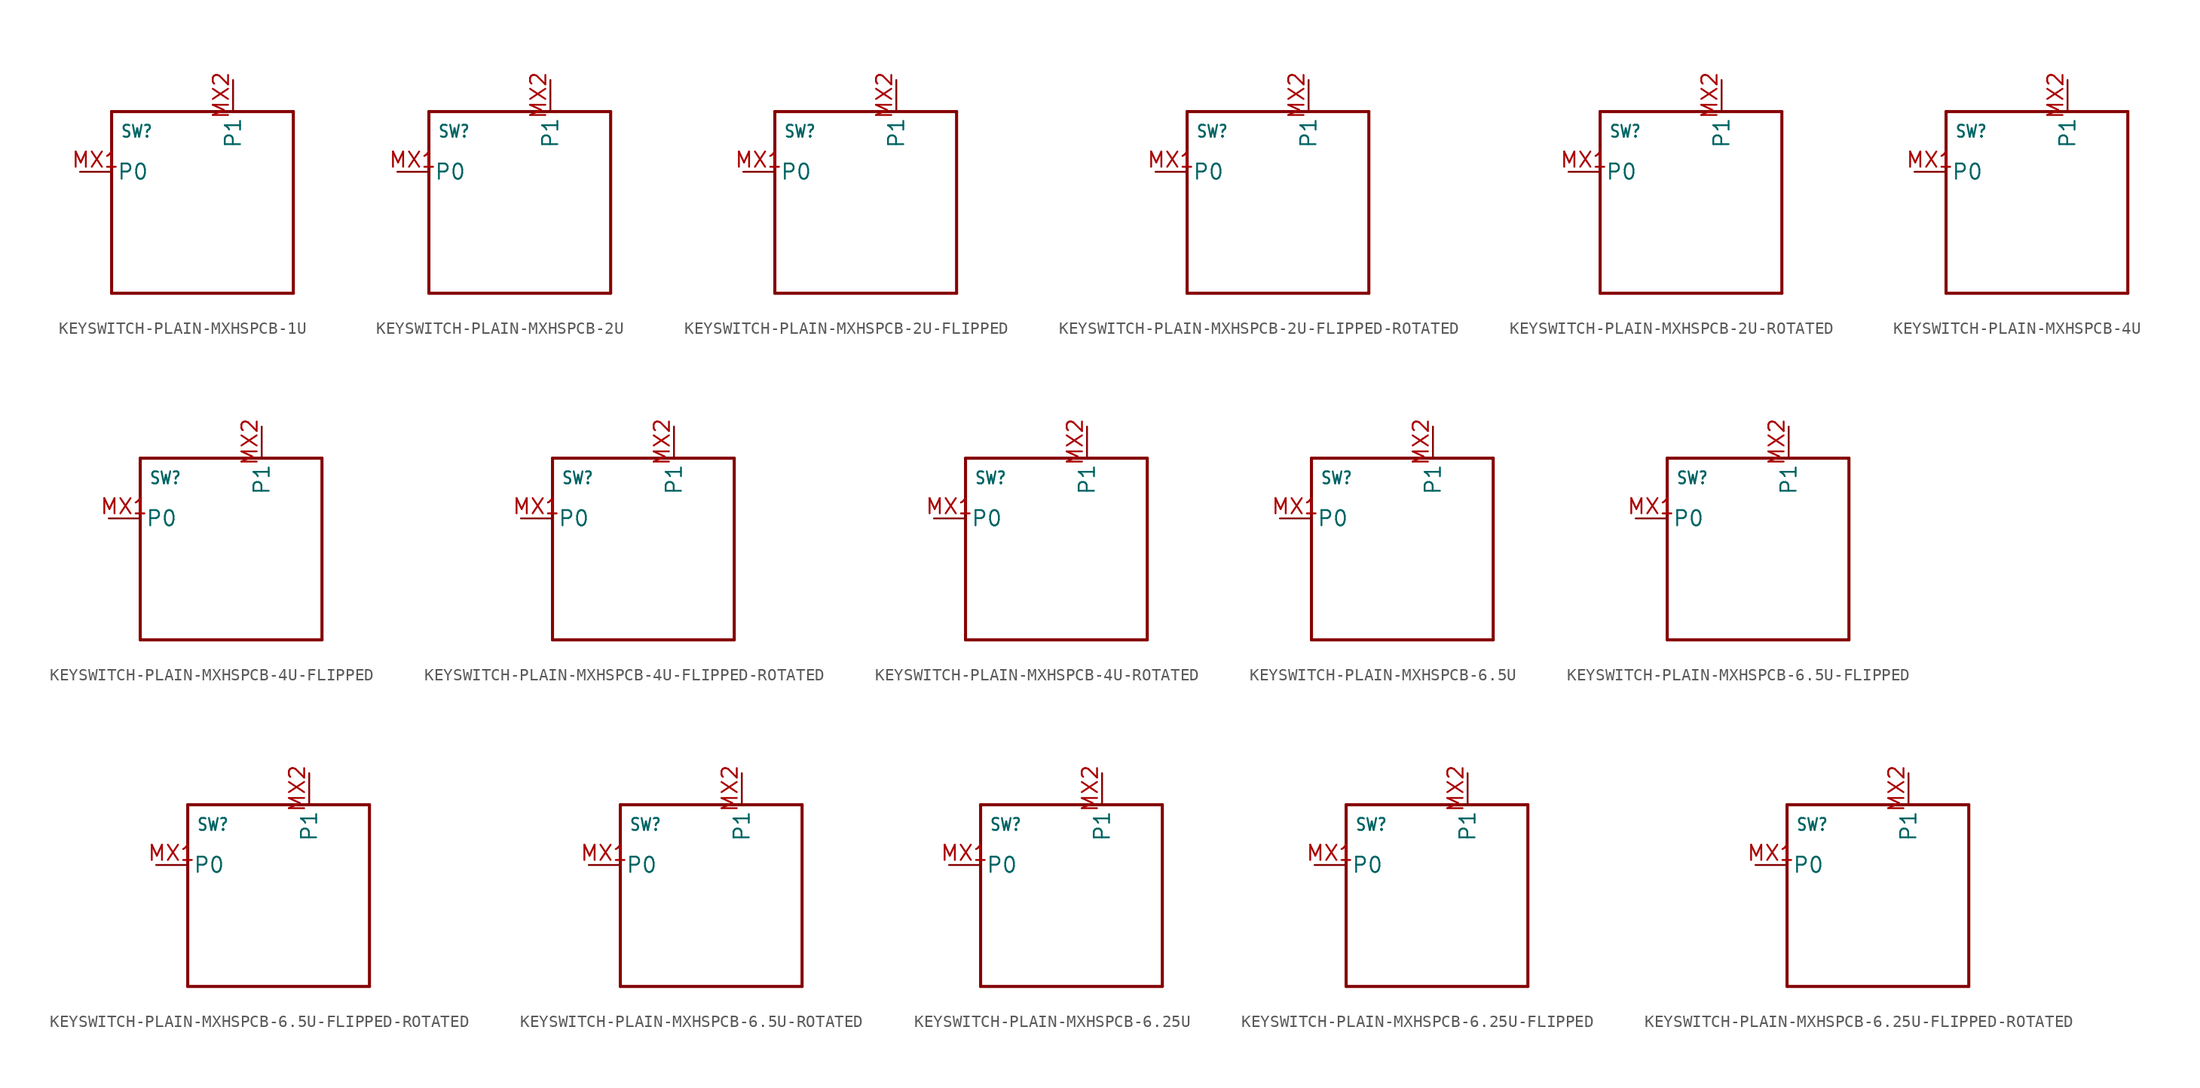
<source format=kicad_sym>
(kicad_symbol_lib
  (version 20211014)
  (generator kicad_symbol_editor)
  (symbol "KEYSWITCH-PLAIN-MXHSPCB-1U"
    (property "Reference" "SW"
      (at -6.81 5.318 0)
      (effects (font (size 1 0.85)) (justify left bottom)))
    (property "ki_locked" ""
      (at 0 0 0)
      (effects (font (size 1.27 1.27))))
    (symbol "KEYSWITCH-PLAIN-MXHSPCB-1U_1_0"
      (polyline (pts (xy -7.54 -7.54) (xy -7.54 7.54)) (stroke (width 0.254) (type default) (color 0 0 0 0)) (fill (type none)))
      (polyline (pts (xy -7.54 7.54) (xy 7.54 7.54)) (stroke (width 0.254) (type default) (color 0 0 0 0)) (fill (type none)))
      (polyline (pts (xy 7.54 -7.54) (xy -7.54 -7.54)) (stroke (width 0.254) (type default) (color 0 0 0 0)) (fill (type none)))
      (polyline (pts (xy 7.54 7.54) (xy 7.54 -7.54)) (stroke (width 0.254) (type default) (color 0 0 0 0)) (fill (type none)))
      (pin bidirectional line (at -10.16 2.54 0) (length 2.54) (name "P0" (effects (font (size 1.27 1.27)))) (number "MX1" (effects (font (size 1.27 1.27)))))
      (pin bidirectional line (at 2.54 10.16 270) (length 2.54) (name "P1" (effects (font (size 1.27 1.27)))) (number "MX2" (effects (font (size 1.27 1.27)))))))
  (symbol "KEYSWITCH-PLAIN-MXHSPCB-2U"
    (property "Reference" "SW"
      (at -6.81 5.318 0)
      (effects (font (size 1 0.85)) (justify left bottom)))
    (property "ki_locked" ""
      (at 0 0 0)
      (effects (font (size 1.27 1.27))))
    (symbol "KEYSWITCH-PLAIN-MXHSPCB-2U_1_0"
      (polyline (pts (xy -7.54 -7.54) (xy -7.54 7.54)) (stroke (width 0.254) (type default) (color 0 0 0 0)) (fill (type none)))
      (polyline (pts (xy -7.54 7.54) (xy 7.54 7.54)) (stroke (width 0.254) (type default) (color 0 0 0 0)) (fill (type none)))
      (polyline (pts (xy 7.54 -7.54) (xy -7.54 -7.54)) (stroke (width 0.254) (type default) (color 0 0 0 0)) (fill (type none)))
      (polyline (pts (xy 7.54 7.54) (xy 7.54 -7.54)) (stroke (width 0.254) (type default) (color 0 0 0 0)) (fill (type none)))
      (pin bidirectional line (at -10.16 2.54 0) (length 2.54) (name "P0" (effects (font (size 1.27 1.27)))) (number "MX1" (effects (font (size 1.27 1.27)))))
      (pin bidirectional line (at 2.54 10.16 270) (length 2.54) (name "P1" (effects (font (size 1.27 1.27)))) (number "MX2" (effects (font (size 1.27 1.27)))))))
  (symbol "KEYSWITCH-PLAIN-MXHSPCB-2U-FLIPPED"
    (property "Reference" "SW"
      (at -6.81 5.318 0)
      (effects (font (size 1 0.85)) (justify left bottom)))
    (property "ki_locked" ""
      (at 0 0 0)
      (effects (font (size 1.27 1.27))))
    (symbol "KEYSWITCH-PLAIN-MXHSPCB-2U-FLIPPED_1_0"
      (polyline (pts (xy -7.54 -7.54) (xy -7.54 7.54)) (stroke (width 0.254) (type default) (color 0 0 0 0)) (fill (type none)))
      (polyline (pts (xy -7.54 7.54) (xy 7.54 7.54)) (stroke (width 0.254) (type default) (color 0 0 0 0)) (fill (type none)))
      (polyline (pts (xy 7.54 -7.54) (xy -7.54 -7.54)) (stroke (width 0.254) (type default) (color 0 0 0 0)) (fill (type none)))
      (polyline (pts (xy 7.54 7.54) (xy 7.54 -7.54)) (stroke (width 0.254) (type default) (color 0 0 0 0)) (fill (type none)))
      (pin bidirectional line (at -10.16 2.54 0) (length 2.54) (name "P0" (effects (font (size 1.27 1.27)))) (number "MX1" (effects (font (size 1.27 1.27)))))
      (pin bidirectional line (at 2.54 10.16 270) (length 2.54) (name "P1" (effects (font (size 1.27 1.27)))) (number "MX2" (effects (font (size 1.27 1.27)))))))
  (symbol "KEYSWITCH-PLAIN-MXHSPCB-2U-FLIPPED-ROTATED"
    (property "Reference" "SW"
      (at -6.81 5.318 0)
      (effects (font (size 1 0.85)) (justify left bottom)))
    (property "ki_locked" ""
      (at 0 0 0)
      (effects (font (size 1.27 1.27))))
    (symbol "KEYSWITCH-PLAIN-MXHSPCB-2U-FLIPPED-ROTATED_1_0"
      (polyline (pts (xy -7.54 -7.54) (xy -7.54 7.54)) (stroke (width 0.254) (type default) (color 0 0 0 0)) (fill (type none)))
      (polyline (pts (xy -7.54 7.54) (xy 7.54 7.54)) (stroke (width 0.254) (type default) (color 0 0 0 0)) (fill (type none)))
      (polyline (pts (xy 7.54 -7.54) (xy -7.54 -7.54)) (stroke (width 0.254) (type default) (color 0 0 0 0)) (fill (type none)))
      (polyline (pts (xy 7.54 7.54) (xy 7.54 -7.54)) (stroke (width 0.254) (type default) (color 0 0 0 0)) (fill (type none)))
      (pin bidirectional line (at -10.16 2.54 0) (length 2.54) (name "P0" (effects (font (size 1.27 1.27)))) (number "MX1" (effects (font (size 1.27 1.27)))))
      (pin bidirectional line (at 2.54 10.16 270) (length 2.54) (name "P1" (effects (font (size 1.27 1.27)))) (number "MX2" (effects (font (size 1.27 1.27)))))))
  (symbol "KEYSWITCH-PLAIN-MXHSPCB-2U-ROTATED"
    (property "Reference" "SW"
      (at -6.81 5.318 0)
      (effects (font (size 1 0.85)) (justify left bottom)))
    (property "ki_locked" ""
      (at 0 0 0)
      (effects (font (size 1.27 1.27))))
    (symbol "KEYSWITCH-PLAIN-MXHSPCB-2U-ROTATED_1_0"
      (polyline (pts (xy -7.54 -7.54) (xy -7.54 7.54)) (stroke (width 0.254) (type default) (color 0 0 0 0)) (fill (type none)))
      (polyline (pts (xy -7.54 7.54) (xy 7.54 7.54)) (stroke (width 0.254) (type default) (color 0 0 0 0)) (fill (type none)))
      (polyline (pts (xy 7.54 -7.54) (xy -7.54 -7.54)) (stroke (width 0.254) (type default) (color 0 0 0 0)) (fill (type none)))
      (polyline (pts (xy 7.54 7.54) (xy 7.54 -7.54)) (stroke (width 0.254) (type default) (color 0 0 0 0)) (fill (type none)))
      (pin bidirectional line (at -10.16 2.54 0) (length 2.54) (name "P0" (effects (font (size 1.27 1.27)))) (number "MX1" (effects (font (size 1.27 1.27)))))
      (pin bidirectional line (at 2.54 10.16 270) (length 2.54) (name "P1" (effects (font (size 1.27 1.27)))) (number "MX2" (effects (font (size 1.27 1.27)))))))
  (symbol "KEYSWITCH-PLAIN-MXHSPCB-4U"
    (property "Reference" "SW"
      (at -6.81 5.318 0)
      (effects (font (size 1 0.85)) (justify left bottom)))
    (property "ki_locked" ""
      (at 0 0 0)
      (effects (font (size 1.27 1.27))))
    (symbol "KEYSWITCH-PLAIN-MXHSPCB-4U_1_0"
      (polyline (pts (xy -7.54 -7.54) (xy -7.54 7.54)) (stroke (width 0.254) (type default) (color 0 0 0 0)) (fill (type none)))
      (polyline (pts (xy -7.54 7.54) (xy 7.54 7.54)) (stroke (width 0.254) (type default) (color 0 0 0 0)) (fill (type none)))
      (polyline (pts (xy 7.54 -7.54) (xy -7.54 -7.54)) (stroke (width 0.254) (type default) (color 0 0 0 0)) (fill (type none)))
      (polyline (pts (xy 7.54 7.54) (xy 7.54 -7.54)) (stroke (width 0.254) (type default) (color 0 0 0 0)) (fill (type none)))
      (pin bidirectional line (at -10.16 2.54 0) (length 2.54) (name "P0" (effects (font (size 1.27 1.27)))) (number "MX1" (effects (font (size 1.27 1.27)))))
      (pin bidirectional line (at 2.54 10.16 270) (length 2.54) (name "P1" (effects (font (size 1.27 1.27)))) (number "MX2" (effects (font (size 1.27 1.27)))))))
  (symbol "KEYSWITCH-PLAIN-MXHSPCB-4U-FLIPPED"
    (property "Reference" "SW"
      (at -6.81 5.318 0)
      (effects (font (size 1 0.85)) (justify left bottom)))
    (property "ki_locked" ""
      (at 0 0 0)
      (effects (font (size 1.27 1.27))))
    (symbol "KEYSWITCH-PLAIN-MXHSPCB-4U-FLIPPED_1_0"
      (polyline (pts (xy -7.54 -7.54) (xy -7.54 7.54)) (stroke (width 0.254) (type default) (color 0 0 0 0)) (fill (type none)))
      (polyline (pts (xy -7.54 7.54) (xy 7.54 7.54)) (stroke (width 0.254) (type default) (color 0 0 0 0)) (fill (type none)))
      (polyline (pts (xy 7.54 -7.54) (xy -7.54 -7.54)) (stroke (width 0.254) (type default) (color 0 0 0 0)) (fill (type none)))
      (polyline (pts (xy 7.54 7.54) (xy 7.54 -7.54)) (stroke (width 0.254) (type default) (color 0 0 0 0)) (fill (type none)))
      (pin bidirectional line (at -10.16 2.54 0) (length 2.54) (name "P0" (effects (font (size 1.27 1.27)))) (number "MX1" (effects (font (size 1.27 1.27)))))
      (pin bidirectional line (at 2.54 10.16 270) (length 2.54) (name "P1" (effects (font (size 1.27 1.27)))) (number "MX2" (effects (font (size 1.27 1.27)))))))
  (symbol "KEYSWITCH-PLAIN-MXHSPCB-4U-FLIPPED-ROTATED"
    (property "Reference" "SW"
      (at -6.81 5.318 0)
      (effects (font (size 1 0.85)) (justify left bottom)))
    (property "ki_locked" ""
      (at 0 0 0)
      (effects (font (size 1.27 1.27))))
    (symbol "KEYSWITCH-PLAIN-MXHSPCB-4U-FLIPPED-ROTATED_1_0"
      (polyline (pts (xy -7.54 -7.54) (xy -7.54 7.54)) (stroke (width 0.254) (type default) (color 0 0 0 0)) (fill (type none)))
      (polyline (pts (xy -7.54 7.54) (xy 7.54 7.54)) (stroke (width 0.254) (type default) (color 0 0 0 0)) (fill (type none)))
      (polyline (pts (xy 7.54 -7.54) (xy -7.54 -7.54)) (stroke (width 0.254) (type default) (color 0 0 0 0)) (fill (type none)))
      (polyline (pts (xy 7.54 7.54) (xy 7.54 -7.54)) (stroke (width 0.254) (type default) (color 0 0 0 0)) (fill (type none)))
      (pin bidirectional line (at -10.16 2.54 0) (length 2.54) (name "P0" (effects (font (size 1.27 1.27)))) (number "MX1" (effects (font (size 1.27 1.27)))))
      (pin bidirectional line (at 2.54 10.16 270) (length 2.54) (name "P1" (effects (font (size 1.27 1.27)))) (number "MX2" (effects (font (size 1.27 1.27)))))))
  (symbol "KEYSWITCH-PLAIN-MXHSPCB-4U-ROTATED"
    (property "Reference" "SW"
      (at -6.81 5.318 0)
      (effects (font (size 1 0.85)) (justify left bottom)))
    (property "ki_locked" ""
      (at 0 0 0)
      (effects (font (size 1.27 1.27))))
    (symbol "KEYSWITCH-PLAIN-MXHSPCB-4U-ROTATED_1_0"
      (polyline (pts (xy -7.54 -7.54) (xy -7.54 7.54)) (stroke (width 0.254) (type default) (color 0 0 0 0)) (fill (type none)))
      (polyline (pts (xy -7.54 7.54) (xy 7.54 7.54)) (stroke (width 0.254) (type default) (color 0 0 0 0)) (fill (type none)))
      (polyline (pts (xy 7.54 -7.54) (xy -7.54 -7.54)) (stroke (width 0.254) (type default) (color 0 0 0 0)) (fill (type none)))
      (polyline (pts (xy 7.54 7.54) (xy 7.54 -7.54)) (stroke (width 0.254) (type default) (color 0 0 0 0)) (fill (type none)))
      (pin bidirectional line (at -10.16 2.54 0) (length 2.54) (name "P0" (effects (font (size 1.27 1.27)))) (number "MX1" (effects (font (size 1.27 1.27)))))
      (pin bidirectional line (at 2.54 10.16 270) (length 2.54) (name "P1" (effects (font (size 1.27 1.27)))) (number "MX2" (effects (font (size 1.27 1.27)))))))
  (symbol "KEYSWITCH-PLAIN-MXHSPCB-6.5U"
    (property "Reference" "SW"
      (at -6.81 5.318 0)
      (effects (font (size 1 0.85)) (justify left bottom)))
    (property "ki_locked" ""
      (at 0 0 0)
      (effects (font (size 1.27 1.27))))
    (symbol "KEYSWITCH-PLAIN-MXHSPCB-6.5U_1_0"
      (polyline (pts (xy -7.54 -7.54) (xy -7.54 7.54)) (stroke (width 0.254) (type default) (color 0 0 0 0)) (fill (type none)))
      (polyline (pts (xy -7.54 7.54) (xy 7.54 7.54)) (stroke (width 0.254) (type default) (color 0 0 0 0)) (fill (type none)))
      (polyline (pts (xy 7.54 -7.54) (xy -7.54 -7.54)) (stroke (width 0.254) (type default) (color 0 0 0 0)) (fill (type none)))
      (polyline (pts (xy 7.54 7.54) (xy 7.54 -7.54)) (stroke (width 0.254) (type default) (color 0 0 0 0)) (fill (type none)))
      (pin bidirectional line (at -10.16 2.54 0) (length 2.54) (name "P0" (effects (font (size 1.27 1.27)))) (number "MX1" (effects (font (size 1.27 1.27)))))
      (pin bidirectional line (at 2.54 10.16 270) (length 2.54) (name "P1" (effects (font (size 1.27 1.27)))) (number "MX2" (effects (font (size 1.27 1.27)))))))
  (symbol "KEYSWITCH-PLAIN-MXHSPCB-6.5U-FLIPPED"
    (property "Reference" "SW"
      (at -6.81 5.318 0)
      (effects (font (size 1 0.85)) (justify left bottom)))
    (property "ki_locked" ""
      (at 0 0 0)
      (effects (font (size 1.27 1.27))))
    (symbol "KEYSWITCH-PLAIN-MXHSPCB-6.5U-FLIPPED_1_0"
      (polyline (pts (xy -7.54 -7.54) (xy -7.54 7.54)) (stroke (width 0.254) (type default) (color 0 0 0 0)) (fill (type none)))
      (polyline (pts (xy -7.54 7.54) (xy 7.54 7.54)) (stroke (width 0.254) (type default) (color 0 0 0 0)) (fill (type none)))
      (polyline (pts (xy 7.54 -7.54) (xy -7.54 -7.54)) (stroke (width 0.254) (type default) (color 0 0 0 0)) (fill (type none)))
      (polyline (pts (xy 7.54 7.54) (xy 7.54 -7.54)) (stroke (width 0.254) (type default) (color 0 0 0 0)) (fill (type none)))
      (pin bidirectional line (at -10.16 2.54 0) (length 2.54) (name "P0" (effects (font (size 1.27 1.27)))) (number "MX1" (effects (font (size 1.27 1.27)))))
      (pin bidirectional line (at 2.54 10.16 270) (length 2.54) (name "P1" (effects (font (size 1.27 1.27)))) (number "MX2" (effects (font (size 1.27 1.27)))))))
  (symbol "KEYSWITCH-PLAIN-MXHSPCB-6.5U-FLIPPED-ROTATED"
    (property "Reference" "SW"
      (at -6.81 5.318 0)
      (effects (font (size 1 0.85)) (justify left bottom)))
    (property "ki_locked" ""
      (at 0 0 0)
      (effects (font (size 1.27 1.27))))
    (symbol "KEYSWITCH-PLAIN-MXHSPCB-6.5U-FLIPPED-ROTATED_1_0"
      (polyline (pts (xy -7.54 -7.54) (xy -7.54 7.54)) (stroke (width 0.254) (type default) (color 0 0 0 0)) (fill (type none)))
      (polyline (pts (xy -7.54 7.54) (xy 7.54 7.54)) (stroke (width 0.254) (type default) (color 0 0 0 0)) (fill (type none)))
      (polyline (pts (xy 7.54 -7.54) (xy -7.54 -7.54)) (stroke (width 0.254) (type default) (color 0 0 0 0)) (fill (type none)))
      (polyline (pts (xy 7.54 7.54) (xy 7.54 -7.54)) (stroke (width 0.254) (type default) (color 0 0 0 0)) (fill (type none)))
      (pin bidirectional line (at -10.16 2.54 0) (length 2.54) (name "P0" (effects (font (size 1.27 1.27)))) (number "MX1" (effects (font (size 1.27 1.27)))))
      (pin bidirectional line (at 2.54 10.16 270) (length 2.54) (name "P1" (effects (font (size 1.27 1.27)))) (number "MX2" (effects (font (size 1.27 1.27)))))))
  (symbol "KEYSWITCH-PLAIN-MXHSPCB-6.5U-ROTATED"
    (property "Reference" "SW"
      (at -6.81 5.318 0)
      (effects (font (size 1 0.85)) (justify left bottom)))
    (property "ki_locked" ""
      (at 0 0 0)
      (effects (font (size 1.27 1.27))))
    (symbol "KEYSWITCH-PLAIN-MXHSPCB-6.5U-ROTATED_1_0"
      (polyline (pts (xy -7.54 -7.54) (xy -7.54 7.54)) (stroke (width 0.254) (type default) (color 0 0 0 0)) (fill (type none)))
      (polyline (pts (xy -7.54 7.54) (xy 7.54 7.54)) (stroke (width 0.254) (type default) (color 0 0 0 0)) (fill (type none)))
      (polyline (pts (xy 7.54 -7.54) (xy -7.54 -7.54)) (stroke (width 0.254) (type default) (color 0 0 0 0)) (fill (type none)))
      (polyline (pts (xy 7.54 7.54) (xy 7.54 -7.54)) (stroke (width 0.254) (type default) (color 0 0 0 0)) (fill (type none)))
      (pin bidirectional line (at -10.16 2.54 0) (length 2.54) (name "P0" (effects (font (size 1.27 1.27)))) (number "MX1" (effects (font (size 1.27 1.27)))))
      (pin bidirectional line (at 2.54 10.16 270) (length 2.54) (name "P1" (effects (font (size 1.27 1.27)))) (number "MX2" (effects (font (size 1.27 1.27)))))))
  (symbol "KEYSWITCH-PLAIN-MXHSPCB-6.25U"
    (property "Reference" "SW"
      (at -6.81 5.318 0)
      (effects (font (size 1 0.85)) (justify left bottom)))
    (property "ki_locked" ""
      (at 0 0 0)
      (effects (font (size 1.27 1.27))))
    (symbol "KEYSWITCH-PLAIN-MXHSPCB-6.25U_1_0"
      (polyline (pts (xy -7.54 -7.54) (xy -7.54 7.54)) (stroke (width 0.254) (type default) (color 0 0 0 0)) (fill (type none)))
      (polyline (pts (xy -7.54 7.54) (xy 7.54 7.54)) (stroke (width 0.254) (type default) (color 0 0 0 0)) (fill (type none)))
      (polyline (pts (xy 7.54 -7.54) (xy -7.54 -7.54)) (stroke (width 0.254) (type default) (color 0 0 0 0)) (fill (type none)))
      (polyline (pts (xy 7.54 7.54) (xy 7.54 -7.54)) (stroke (width 0.254) (type default) (color 0 0 0 0)) (fill (type none)))
      (pin bidirectional line (at -10.16 2.54 0) (length 2.54) (name "P0" (effects (font (size 1.27 1.27)))) (number "MX1" (effects (font (size 1.27 1.27)))))
      (pin bidirectional line (at 2.54 10.16 270) (length 2.54) (name "P1" (effects (font (size 1.27 1.27)))) (number "MX2" (effects (font (size 1.27 1.27)))))))
  (symbol "KEYSWITCH-PLAIN-MXHSPCB-6.25U-FLIPPED"
    (property "Reference" "SW"
      (at -6.81 5.318 0)
      (effects (font (size 1 0.85)) (justify left bottom)))
    (property "ki_locked" ""
      (at 0 0 0)
      (effects (font (size 1.27 1.27))))
    (symbol "KEYSWITCH-PLAIN-MXHSPCB-6.25U-FLIPPED_1_0"
      (polyline (pts (xy -7.54 -7.54) (xy -7.54 7.54)) (stroke (width 0.254) (type default) (color 0 0 0 0)) (fill (type none)))
      (polyline (pts (xy -7.54 7.54) (xy 7.54 7.54)) (stroke (width 0.254) (type default) (color 0 0 0 0)) (fill (type none)))
      (polyline (pts (xy 7.54 -7.54) (xy -7.54 -7.54)) (stroke (width 0.254) (type default) (color 0 0 0 0)) (fill (type none)))
      (polyline (pts (xy 7.54 7.54) (xy 7.54 -7.54)) (stroke (width 0.254) (type default) (color 0 0 0 0)) (fill (type none)))
      (pin bidirectional line (at -10.16 2.54 0) (length 2.54) (name "P0" (effects (font (size 1.27 1.27)))) (number "MX1" (effects (font (size 1.27 1.27)))))
      (pin bidirectional line (at 2.54 10.16 270) (length 2.54) (name "P1" (effects (font (size 1.27 1.27)))) (number "MX2" (effects (font (size 1.27 1.27)))))))
  (symbol "KEYSWITCH-PLAIN-MXHSPCB-6.25U-FLIPPED-ROTATED"
    (property "Reference" "SW"
      (at -6.81 5.318 0)
      (effects (font (size 1 0.85)) (justify left bottom)))
    (property "ki_locked" ""
      (at 0 0 0)
      (effects (font (size 1.27 1.27))))
    (symbol "KEYSWITCH-PLAIN-MXHSPCB-6.25U-FLIPPED-ROTATED_1_0"
      (polyline (pts (xy -7.54 -7.54) (xy -7.54 7.54)) (stroke (width 0.254) (type default) (color 0 0 0 0)) (fill (type none)))
      (polyline (pts (xy -7.54 7.54) (xy 7.54 7.54)) (stroke (width 0.254) (type default) (color 0 0 0 0)) (fill (type none)))
      (polyline (pts (xy 7.54 -7.54) (xy -7.54 -7.54)) (stroke (width 0.254) (type default) (color 0 0 0 0)) (fill (type none)))
      (polyline (pts (xy 7.54 7.54) (xy 7.54 -7.54)) (stroke (width 0.254) (type default) (color 0 0 0 0)) (fill (type none)))
      (pin bidirectional line (at -10.16 2.54 0) (length 2.54) (name "P0" (effects (font (size 1.27 1.27)))) (number "MX1" (effects (font (size 1.27 1.27)))))
      (pin bidirectional line (at 2.54 10.16 270) (length 2.54) (name "P1" (effects (font (size 1.27 1.27)))) (number "MX2" (effects (font (size 1.27 1.27))))))))
</source>
